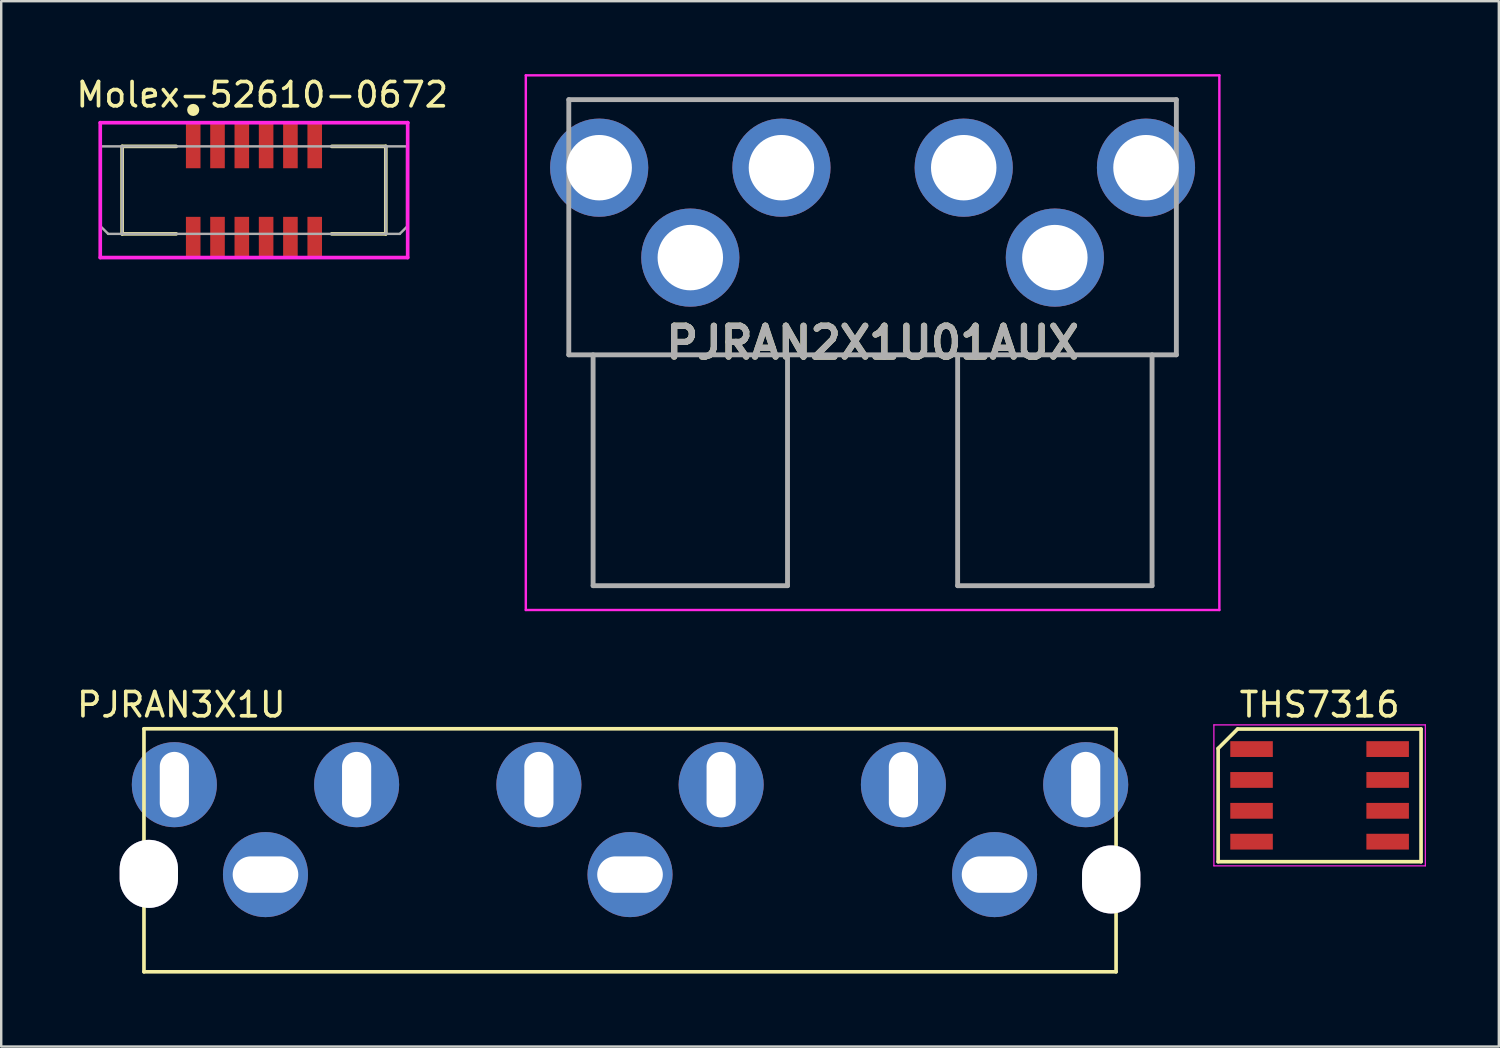
<source format=kicad_pcb>
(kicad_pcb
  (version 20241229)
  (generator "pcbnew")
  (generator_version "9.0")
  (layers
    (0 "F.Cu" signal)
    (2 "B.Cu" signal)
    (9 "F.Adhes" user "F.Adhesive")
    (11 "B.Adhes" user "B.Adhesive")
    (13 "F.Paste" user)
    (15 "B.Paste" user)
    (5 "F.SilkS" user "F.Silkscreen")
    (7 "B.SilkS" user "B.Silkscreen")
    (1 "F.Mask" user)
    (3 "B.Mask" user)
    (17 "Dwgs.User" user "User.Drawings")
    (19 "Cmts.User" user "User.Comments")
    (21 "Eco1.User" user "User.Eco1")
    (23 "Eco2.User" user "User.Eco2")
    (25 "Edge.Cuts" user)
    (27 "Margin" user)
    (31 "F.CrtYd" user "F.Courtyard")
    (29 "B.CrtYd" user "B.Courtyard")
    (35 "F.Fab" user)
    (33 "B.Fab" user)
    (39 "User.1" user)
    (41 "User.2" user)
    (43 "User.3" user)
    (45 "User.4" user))
  (footprint "PJRAN3X1U"
    (layer "F.Cu")
    (at 22.874 29.238)
    (property "Reference" "PJRAN3X1U" (at -18.463 -3.29 0) (layer "F.SilkS") (effects (font (size 1 1) (thickness 0.15))))
    (attr through_hole)
    (fp_line (start -20 -2.3) (end 20 -2.3) (stroke (width 0.15) (type solid)) (layer "F.SilkS"))
    (fp_line (start -20 7.7) (end -20 -2.3) (stroke (width 0.15) (type solid)) (layer "F.SilkS"))
    (fp_line (start -20 7.7) (end 20 7.7) (stroke (width 0.15) (type solid)) (layer "F.SilkS"))
    (fp_line (start 20 7.7) (end 20 -2.3) (stroke (width 0.15) (type solid)) (layer "F.SilkS"))
    (pad "" thru_hole oval (at -19.8 3.67) (size 2.4 2.8) (drill oval 2.4 2.8) (layers "*.Cu" "*.Mask"))
    (pad "" thru_hole oval (at 19.8 3.9) (size 2.4 2.8) (drill oval 2.4 2.8) (layers "*.Cu" "*.Mask"))
    (pad "1" thru_hole oval (at -15 3.7) (size 3.5 3.5) (drill oval 2.7 1.5) (layers "*.Cu" "*.Mask"))
    (pad "2" thru_hole oval (at -18.75 0) (size 3.5 3.5) (drill oval 1.2 2.7) (layers "*.Cu" "*.Mask"))
    (pad "3" thru_hole oval (at -11.25 0) (size 3.5 3.5) (drill oval 1.2 2.7) (layers "*.Cu" "*.Mask"))
    (pad "4" thru_hole oval (at 0 3.7) (size 3.5 3.5) (drill oval 2.7 1.5) (layers "*.Cu" "*.Mask"))
    (pad "5" thru_hole oval (at -3.75 0) (size 3.5 3.5) (drill oval 1.2 2.7) (layers "*.Cu" "*.Mask"))
    (pad "6" thru_hole oval (at 3.75 0) (size 3.5 3.5) (drill oval 1.2 2.7) (layers "*.Cu" "*.Mask"))
    (pad "7" thru_hole oval (at 15 3.7) (size 3.5 3.5) (drill oval 2.7 1.5) (layers "*.Cu" "*.Mask"))
    (pad "8" thru_hole oval (at 11.25 0) (size 3.5 3.5) (drill oval 1.2 2.7) (layers "*.Cu" "*.Mask"))
    (pad "9" thru_hole oval (at 18.75 0) (size 3.5 3.5) (drill oval 1.2 2.7) (layers "*.Cu" "*.Mask")))
  (footprint "THS7316"
    (layer "F.Cu")
    (at 51.249 29.678)
    (property "Reference" "THS7316" (at 0 -3.73 0) (layer "F.SilkS") (effects (font (size 1 1) (thickness 0.15))))
    (attr smd)
    (fp_line (start -4.175 -1.93) (end -3.375 -2.73) (stroke (width 0.15) (type solid)) (layer "F.SilkS"))
    (fp_line (start -4.175 2.73) (end -4.175 -1.93) (stroke (width 0.15) (type solid)) (layer "F.SilkS"))
    (fp_line (start -3.375 -2.73) (end 4.175 -2.73) (stroke (width 0.15) (type solid)) (layer "F.SilkS"))
    (fp_line (start 4.175 -2.73) (end 4.175 2.73) (stroke (width 0.15) (type solid)) (layer "F.SilkS"))
    (fp_line (start 4.175 2.73) (end -4.175 2.73) (stroke (width 0.15) (type solid)) (layer "F.SilkS"))
    (fp_line (start -4.35 -2.9) (end 4.35 -2.9) (stroke (width 0.05) (type solid)) (layer "F.CrtYd"))
    (fp_line (start -4.35 2.9) (end -4.35 -2.9) (stroke (width 0.05) (type solid)) (layer "F.CrtYd"))
    (fp_line (start 4.35 -2.9) (end 4.35 2.9) (stroke (width 0.05) (type solid)) (layer "F.CrtYd"))
    (fp_line (start 4.35 2.9) (end -4.35 2.9) (stroke (width 0.05) (type solid)) (layer "F.CrtYd"))
    (pad "1" smd rect (at -2.8 -1.905 270) (size 0.65 1.75) (layers "F.Cu" "F.Mask" "F.Paste"))
    (pad "2" smd rect (at -2.8 -0.635 270) (size 0.65 1.75) (layers "F.Cu" "F.Mask" "F.Paste"))
    (pad "3" smd rect (at -2.8 0.635 270) (size 0.65 1.75) (layers "F.Cu" "F.Mask" "F.Paste"))
    (pad "4" smd rect (at -2.8 1.905 270) (size 0.65 1.75) (layers "F.Cu" "F.Mask" "F.Paste"))
    (pad "5" smd rect (at 2.8 1.905 270) (size 0.65 1.75) (layers "F.Cu" "F.Mask" "F.Paste"))
    (pad "6" smd rect (at 2.8 0.635 270) (size 0.65 1.75) (layers "F.Cu" "F.Mask" "F.Paste"))
    (pad "7" smd rect (at 2.8 -0.635 270) (size 0.65 1.75) (layers "F.Cu" "F.Mask" "F.Paste"))
    (pad "8" smd rect (at 2.8 -1.905 270) (size 0.65 1.75) (layers "F.Cu" "F.Mask" "F.Paste")))
  (footprint "Molex-52610-0672"
    (layer "F.Cu")
    (at 7.4 4.823)
    (property "Reference" "Molex-52610-0672" (at -7.4 -3.975 0) (layer "F.SilkS") (effects (font (size 1 1) (thickness 0.15)) (justify left)))
    (attr through_hole)
    (fp_line (start -5.425 -1.85) (end -3.2 -1.85) (stroke (width 0.15) (type solid)) (layer "F.SilkS"))
    (fp_line (start -5.425 1.75) (end -5.425 -1.85) (stroke (width 0.15) (type solid)) (layer "F.SilkS"))
    (fp_line (start -5.425 1.75) (end -3.2 1.75) (stroke (width 0.15) (type solid)) (layer "F.SilkS"))
    (fp_line (start 3.2 -1.85) (end 5.425 -1.85) (stroke (width 0.15) (type solid)) (layer "F.SilkS"))
    (fp_line (start 3.2 1.75) (end 5.425 1.75) (stroke (width 0.15) (type solid)) (layer "F.SilkS"))
    (fp_line (start 5.425 1.75) (end 5.425 -1.85) (stroke (width 0.15) (type solid)) (layer "F.SilkS"))
    (fp_circle (center -2.5 -3.35) (end -2.375 -3.35) (stroke (width 0.25) (type solid)) (fill no) (layer "F.SilkS"))
    (fp_line (start -6.325 -2.825) (end -6.325 2.725) (stroke (width 0.15) (type solid)) (layer "F.CrtYd"))
    (fp_line (start -6.325 2.725) (end 6.325 2.725) (stroke (width 0.15) (type solid)) (layer "F.CrtYd"))
    (fp_line (start 6.325 -2.825) (end -6.325 -2.825) (stroke (width 0.15) (type solid)) (layer "F.CrtYd"))
    (fp_line (start 6.325 -2.825) (end 6.325 -2.825) (stroke (width 0.15) (type solid)) (layer "F.CrtYd"))
    (fp_line (start 6.325 2.725) (end 6.325 -2.825) (stroke (width 0.15) (type solid)) (layer "F.CrtYd"))
    (fp_line (start -6.3 1.45) (end -6.3 -1.85) (stroke (width 0.1) (type solid)) (layer "F.Fab"))
    (fp_line (start -6.3 1.45) (end -6 1.75) (stroke (width 0.1) (type solid)) (layer "F.Fab"))
    (fp_line (start -6.3 -1.85) (end 6.3 -1.85) (stroke (width 0.1) (type solid)) (layer "F.Fab"))
    (fp_line (start -6 1.75) (end 6 1.75) (stroke (width 0.1) (type solid)) (layer "F.Fab"))
    (fp_line (start -5.425 1.75) (end -5.425 -1.85) (stroke (width 0.1) (type solid)) (layer "F.Fab"))
    (fp_line (start 5.425 1.75) (end 5.425 -1.85) (stroke (width 0.1) (type solid)) (layer "F.Fab"))
    (fp_line (start 6 1.75) (end 6.3 1.45) (stroke (width 0.1) (type solid)) (layer "F.Fab"))
    (fp_line (start 6.3 1.45) (end 6.3 -1.85) (stroke (width 0.1) (type solid)) (layer "F.Fab"))
    (pad "1A" smd rect (at -2.5 -1.875) (size 0.6 1.85) (layers "F.Cu" "F.Mask" "F.Paste"))
    (pad "1B" smd rect (at -2.5 1.875) (size 0.6 1.65) (layers "F.Cu" "F.Mask" "F.Paste"))
    (pad "2A" smd rect (at -1.5 -1.875) (size 0.6 1.85) (layers "F.Cu" "F.Mask" "F.Paste"))
    (pad "2B" smd rect (at -1.5 1.875) (size 0.6 1.65) (layers "F.Cu" "F.Mask" "F.Paste"))
    (pad "3A" smd rect (at -0.5 -1.875) (size 0.6 1.85) (layers "F.Cu" "F.Mask" "F.Paste"))
    (pad "3B" smd rect (at -0.5 1.875) (size 0.6 1.65) (layers "F.Cu" "F.Mask" "F.Paste"))
    (pad "4A" smd rect (at 0.5 -1.875) (size 0.6 1.85) (layers "F.Cu" "F.Mask" "F.Paste"))
    (pad "4B" smd rect (at 0.5 1.875) (size 0.6 1.65) (layers "F.Cu" "F.Mask" "F.Paste"))
    (pad "5A" smd rect (at 1.5 -1.875) (size 0.6 1.85) (layers "F.Cu" "F.Mask" "F.Paste"))
    (pad "5B" smd rect (at 1.5 1.875) (size 0.6 1.65) (layers "F.Cu" "F.Mask" "F.Paste"))
    (pad "6A" smd rect (at 2.5 -1.875) (size 0.6 1.85) (layers "F.Cu" "F.Mask" "F.Paste"))
    (pad "6B" smd rect (at 2.5 1.875) (size 0.6 1.65) (layers "F.Cu" "F.Mask" "F.Paste")))
  (footprint "PJRAN2X1U01AUX"
    (layer "F.Cu")
    (at 25.355 7.55)
    (property "Reference" "PJRAN2X1U01AUX" (at 7.5 3.5 0) (layer "F.SilkS") (effects (font (size 1.27 1.27) (thickness 0.254))))
    (attr through_hole)
    (fp_line (start -5 -6.5) (end 20 -6.5) (stroke (width 0.1) (type solid)) (layer "F.SilkS"))
    (fp_line (start -5 -6) (end -5 -6.5) (stroke (width 0.1) (type solid)) (layer "F.SilkS"))
    (fp_line (start -5 -1.5) (end -5 4) (stroke (width 0.1) (type solid)) (layer "F.SilkS"))
    (fp_line (start -5 4) (end 20 4) (stroke (width 0.1) (type solid)) (layer "F.SilkS"))
    (fp_line (start 20 -6.5) (end 20 -6) (stroke (width 0.1) (type solid)) (layer "F.SilkS"))
    (fp_line (start 20 -1) (end 20 -1.5) (stroke (width 0.1) (type solid)) (layer "F.SilkS"))
    (fp_line (start 20 4) (end 20 -1) (stroke (width 0.1) (type solid)) (layer "F.SilkS"))
    (fp_line (start -6.769 -7.5) (end 21.769 -7.5) (stroke (width 0.1) (type solid)) (layer "F.CrtYd"))
    (fp_line (start -6.769 14.5) (end -6.769 -7.5) (stroke (width 0.1) (type solid)) (layer "F.CrtYd"))
    (fp_line (start 21.769 -7.5) (end 21.769 14.5) (stroke (width 0.1) (type solid)) (layer "F.CrtYd"))
    (fp_line (start 21.769 14.5) (end -6.769 14.5) (stroke (width 0.1) (type solid)) (layer "F.CrtYd"))
    (fp_line (start -5 -6.5) (end 20 -6.5) (stroke (width 0.2) (type solid)) (layer "F.Fab"))
    (fp_line (start -5 4) (end -5 -6.5) (stroke (width 0.2) (type solid)) (layer "F.Fab"))
    (fp_line (start -4 4) (end -4 13.5) (stroke (width 0.2) (type solid)) (layer "F.Fab"))
    (fp_line (start -4 13.5) (end 4 13.5) (stroke (width 0.2) (type solid)) (layer "F.Fab"))
    (fp_line (start 4 13.5) (end 4 4) (stroke (width 0.2) (type solid)) (layer "F.Fab"))
    (fp_line (start 11 4) (end 11 13.5) (stroke (width 0.2) (type solid)) (layer "F.Fab"))
    (fp_line (start 11 13.5) (end 19 13.5) (stroke (width 0.2) (type solid)) (layer "F.Fab"))
    (fp_line (start 19 13.5) (end 19 4) (stroke (width 0.2) (type solid)) (layer "F.Fab"))
    (fp_line (start 20 -6.5) (end 20 4) (stroke (width 0.2) (type solid)) (layer "F.Fab"))
    (fp_line (start 20 4) (end -5 4) (stroke (width 0.2) (type solid)) (layer "F.Fab"))
    (fp_text user "${REFERENCE}" (at 7.5 3.5 0) (layer "F.Fab") (effects (font (size 1.27 1.27) (thickness 0.254))))
    (pad "1" thru_hole circle (at 0 0) (size 4.039 4.039) (drill 2.693) (layers "*.Cu" "*.Mask"))
    (pad "2" thru_hole circle (at -3.75 -3.7) (size 4.039 4.039) (drill 2.693) (layers "*.Cu" "*.Mask"))
    (pad "3" thru_hole circle (at 3.75 -3.7) (size 4.039 4.039) (drill 2.693) (layers "*.Cu" "*.Mask"))
    (pad "4" thru_hole circle (at 15 0) (size 4.039 4.039) (drill 2.693) (layers "*.Cu" "*.Mask"))
    (pad "5" thru_hole circle (at 11.25 -3.7) (size 4.039 4.039) (drill 2.693) (layers "*.Cu" "*.Mask"))
    (pad "6" thru_hole circle (at 18.75 -3.7) (size 4.039 4.039) (drill 2.693) (layers "*.Cu" "*.Mask")))
  (gr_rect
    (start -3 -3)
    (end 58.624 40.013)
    (stroke (width 0.1) (type default))
    (fill no)
    (layer "Edge.Cuts")))
</source>
